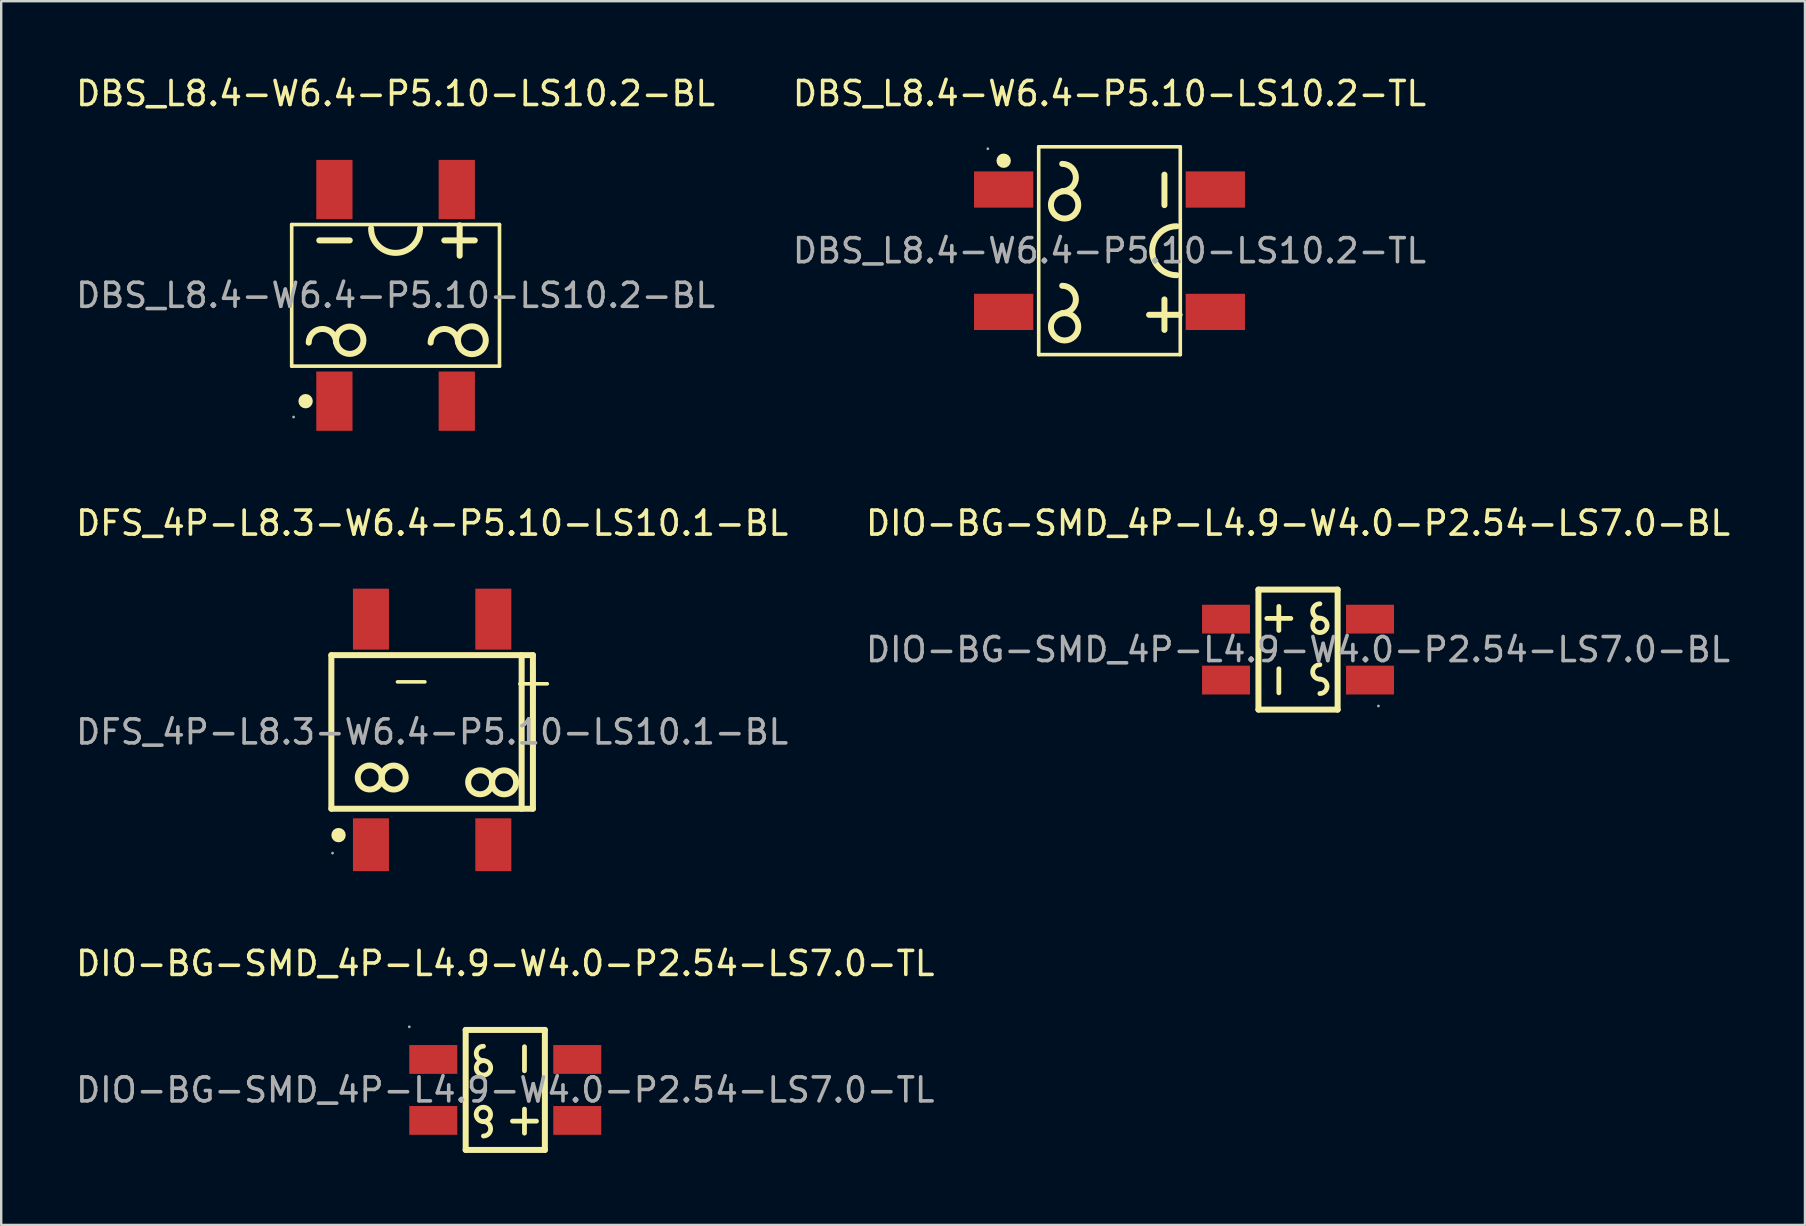
<source format=kicad_pcb>
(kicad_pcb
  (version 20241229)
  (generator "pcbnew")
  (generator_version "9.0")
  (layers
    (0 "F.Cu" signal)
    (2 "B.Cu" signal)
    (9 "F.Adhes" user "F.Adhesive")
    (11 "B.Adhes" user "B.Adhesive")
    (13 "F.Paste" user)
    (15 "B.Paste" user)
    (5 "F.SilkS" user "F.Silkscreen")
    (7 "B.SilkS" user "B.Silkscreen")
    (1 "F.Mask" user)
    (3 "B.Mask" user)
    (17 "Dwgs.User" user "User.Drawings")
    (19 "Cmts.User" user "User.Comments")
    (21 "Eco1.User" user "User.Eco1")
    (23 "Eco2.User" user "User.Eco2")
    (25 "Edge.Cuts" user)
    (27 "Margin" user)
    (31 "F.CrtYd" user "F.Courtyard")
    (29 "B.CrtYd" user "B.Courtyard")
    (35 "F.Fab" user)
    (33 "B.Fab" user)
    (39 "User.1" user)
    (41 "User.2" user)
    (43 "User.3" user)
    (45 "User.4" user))
  (footprint "DBS_L8.4-W6.4-P5.10-LS10.2-BL"
    (layer "F.Cu")
    (at 13.435 9.258)
    (property "Reference" "DBS_L8.4-W6.4-P5.10-LS10.2-BL" (at 0 -8.41 0) (layer "F.SilkS") (effects (font (size 1 1) (thickness 0.15))))
    (attr through_hole)
    (fp_line (start -4.33 -2.95) (end 4.33 -2.95) (stroke (width 0.15) (type solid)) (layer "F.SilkS"))
    (fp_line (start -4.33 2.95) (end -4.33 -2.95) (stroke (width 0.15) (type solid)) (layer "F.SilkS"))
    (fp_line (start -3.18 -2.29) (end -1.91 -2.29) (stroke (width 0.25) (type solid)) (layer "F.SilkS"))
    (fp_line (start 2.03 -2.29) (end 3.3 -2.29) (stroke (width 0.25) (type solid)) (layer "F.SilkS"))
    (fp_line (start 2.67 -1.65) (end 2.67 -2.92) (stroke (width 0.25) (type solid)) (layer "F.SilkS"))
    (fp_line (start 4.33 -2.95) (end 4.33 2.95) (stroke (width 0.15) (type solid)) (layer "F.SilkS"))
    (fp_line (start 4.33 2.95) (end -4.33 2.95) (stroke (width 0.15) (type solid)) (layer "F.SilkS"))
    (fp_arc (start -3.62 1.97) (mid -3.05 1.4) (end -2.48 1.97) (stroke (width 0.25) (type solid)) (layer "F.SilkS"))
    (fp_arc (start -2.479913 1.860052) (mid -1.340022 1.874974) (end -2.48 1.87) (stroke (width 0.25) (type solid)) (layer "F.SilkS"))
    (fp_arc (start 1.02 -2.79) (mid 0 -1.77) (end -1.02 -2.79) (stroke (width 0.25) (type solid)) (layer "F.SilkS"))
    (fp_arc (start 1.46 1.97) (mid 2.03 1.4) (end 2.6 1.97) (stroke (width 0.25) (type solid)) (layer "F.SilkS"))
    (fp_arc (start 2.600088 1.859878) (mid 3.759978 1.875061) (end 2.6 1.87) (stroke (width 0.25) (type solid)) (layer "F.SilkS"))
    (fp_circle (center -3.75 4.41) (end -3.6 4.41) (stroke (width 0.3) (type solid)) (fill no) (layer "F.SilkS"))
    (fp_circle (center -4.25 5.07) (end -4.22 5.07) (stroke (width 0.06) (type solid)) (fill no) (layer "F.Fab"))
    (fp_text user "${REFERENCE}" (at 0 0 0) (layer "F.Fab") (effects (font (size 1 1) (thickness 0.15))))
    (pad "1" smd rect (at -2.55 4.41 180) (size 1.51 2.47) (layers "F.Cu" "F.Mask" "F.Paste"))
    (pad "2" smd rect (at 2.55 4.41 180) (size 1.51 2.47) (layers "F.Cu" "F.Mask" "F.Paste"))
    (pad "3" smd rect (at 2.55 -4.41 180) (size 1.51 2.47) (layers "F.Cu" "F.Mask" "F.Paste"))
    (pad "4" smd rect (at -2.55 -4.41 180) (size 1.51 2.47) (layers "F.Cu" "F.Mask" "F.Paste")))
  (footprint "DFS_4P-L8.3-W6.4-P5.10-LS10.1-BL"
    (layer "F.Cu")
    (at 14.958 27.451)
    (property "Reference" "DFS_4P-L8.3-W6.4-P5.10-LS10.1-BL" (at 0 -8.7 0) (layer "F.SilkS") (effects (font (size 1 1) (thickness 0.15))))
    (attr through_hole)
    (fp_line (start -4.2 -3.2) (end 4.2 -3.2) (stroke (width 0.25) (type solid)) (layer "F.SilkS"))
    (fp_line (start -4.2 3.2) (end -4.2 -3.2) (stroke (width 0.25) (type solid)) (layer "F.SilkS"))
    (fp_line (start 3.73 -3.2) (end 3.73 3.2) (stroke (width 0.25) (type solid)) (layer "F.SilkS"))
    (fp_line (start 4.2 -3.2) (end 4.2 3.2) (stroke (width 0.25) (type solid)) (layer "F.SilkS"))
    (fp_line (start 4.2 3.2) (end -4.2 3.2) (stroke (width 0.25) (type solid)) (layer "F.SilkS"))
    (fp_arc (start -2.100076 1.908726) (mid -3.099981 1.895637) (end -2.1 1.9) (stroke (width 0.25) (type solid)) (layer "F.SilkS"))
    (fp_arc (start -2.099924 1.891274) (mid -1.100019 1.904363) (end -2.1 1.9) (stroke (width 0.25) (type solid)) (layer "F.SilkS"))
    (fp_arc (start 2.499924 2.108726) (mid 1.500019 2.095637) (end 2.5 2.1) (stroke (width 0.25) (type solid)) (layer "F.SilkS"))
    (fp_arc (start 2.500076 2.091274) (mid 3.499981 2.104363) (end 2.5 2.1) (stroke (width 0.25) (type solid)) (layer "F.SilkS"))
    (fp_circle (center -3.9 4.3) (end -3.75 4.3) (stroke (width 0.3) (type solid)) (fill no) (layer "F.SilkS"))
    (fp_circle (center -4.15 5.05) (end -4.12 5.05) (stroke (width 0.06) (type solid)) (fill no) (layer "F.Fab"))
    (fp_text user "-" (at -1.9 -2.2 180) (layer "F.SilkS") (effects (font (size 1.5 1.5) (thickness 0.15)) (justify left)))
    (fp_text user "+" (at 3.2 -2.12 180) (layer "F.SilkS") (effects (font (size 1.5 1.5) (thickness 0.15)) (justify left)))
    (fp_text user "${REFERENCE}" (at 0 0 0) (layer "F.Fab") (effects (font (size 1 1) (thickness 0.15))))
    (pad "1" smd rect (at -2.55 4.7) (size 1.5 2.2) (layers "F.Cu" "F.Mask" "F.Paste"))
    (pad "2" smd rect (at 2.55 4.7) (size 1.5 2.2) (layers "F.Cu" "F.Mask" "F.Paste"))
    (pad "3" smd rect (at 2.55 -4.7 180) (size 1.5 2.54) (layers "F.Cu" "F.Mask" "F.Paste"))
    (pad "4" smd rect (at -2.55 -4.7 180) (size 1.5 2.54) (layers "F.Cu" "F.Mask" "F.Paste")))
  (footprint "DBS_L8.4-W6.4-P5.10-LS10.2-TL"
    (layer "F.Cu")
    (at 43.185 7.398)
    (property "Reference" "DBS_L8.4-W6.4-P5.10-LS10.2-TL" (at 0 -6.55 0) (layer "F.SilkS") (effects (font (size 1 1) (thickness 0.15))))
    (attr through_hole)
    (fp_line (start -2.95 -4.33) (end 2.95 -4.33) (stroke (width 0.15) (type solid)) (layer "F.SilkS"))
    (fp_line (start -2.95 4.33) (end -2.95 -4.33) (stroke (width 0.15) (type solid)) (layer "F.SilkS"))
    (fp_line (start 1.65 2.67) (end 2.92 2.67) (stroke (width 0.25) (type solid)) (layer "F.SilkS"))
    (fp_line (start 2.29 -3.17) (end 2.29 -1.9) (stroke (width 0.25) (type solid)) (layer "F.SilkS"))
    (fp_line (start 2.29 2.03) (end 2.29 3.3) (stroke (width 0.25) (type solid)) (layer "F.SilkS"))
    (fp_line (start 2.95 -4.33) (end 2.95 4.33) (stroke (width 0.15) (type solid)) (layer "F.SilkS"))
    (fp_line (start 2.95 4.33) (end -2.95 4.33) (stroke (width 0.15) (type solid)) (layer "F.SilkS"))
    (fp_arc (start -1.97 -3.62) (mid -1.4 -3.05) (end -1.97 -2.48) (stroke (width 0.25) (type solid)) (layer "F.SilkS"))
    (fp_arc (start -1.97 1.46) (mid -1.4 2.03) (end -1.97 2.6) (stroke (width 0.25) (type solid)) (layer "F.SilkS"))
    (fp_arc (start -1.860052 -2.479913) (mid -1.874974 -1.340022) (end -1.87 -2.48) (stroke (width 0.25) (type solid)) (layer "F.SilkS"))
    (fp_arc (start -1.860052 2.600087) (mid -1.874974 3.739978) (end -1.87 2.6) (stroke (width 0.25) (type solid)) (layer "F.SilkS"))
    (fp_arc (start 2.8 1.02) (mid 1.78 0) (end 2.8 -1.02) (stroke (width 0.25) (type solid)) (layer "F.SilkS"))
    (fp_circle (center -4.41 -3.75) (end -4.26 -3.75) (stroke (width 0.3) (type solid)) (fill no) (layer "F.SilkS"))
    (fp_circle (center -5.07 -4.25) (end -5.04 -4.25) (stroke (width 0.06) (type solid)) (fill no) (layer "F.Fab"))
    (fp_text user "${REFERENCE}" (at 0 0 0) (layer "F.Fab") (effects (font (size 1 1) (thickness 0.15))))
    (pad "1" smd rect (at -4.41 -2.55 90) (size 1.51 2.47) (layers "F.Cu" "F.Mask" "F.Paste"))
    (pad "2" smd rect (at -4.41 2.55 90) (size 1.51 2.47) (layers "F.Cu" "F.Mask" "F.Paste"))
    (pad "3" smd rect (at 4.41 2.55 90) (size 1.51 2.47) (layers "F.Cu" "F.Mask" "F.Paste"))
    (pad "4" smd rect (at 4.41 -2.55 90) (size 1.51 2.47) (layers "F.Cu" "F.Mask" "F.Paste")))
  (footprint "DIO-BG-SMD_4P-L4.9-W4.0-P2.54-LS7.0-BL"
    (layer "F.Cu")
    (at 51.042 24.021)
    (property "Reference" "DIO-BG-SMD_4P-L4.9-W4.0-P2.54-LS7.0-BL" (at 0 -5.27 0) (layer "F.SilkS") (effects (font (size 1 1) (thickness 0.15))))
    (attr through_hole)
    (fp_line (start -1.65 -2.5) (end 1.65 -2.5) (stroke (width 0.25) (type solid)) (layer "F.SilkS"))
    (fp_line (start -1.65 2.5) (end -1.65 -2.5) (stroke (width 0.25) (type solid)) (layer "F.SilkS"))
    (fp_line (start -0.8 -0.8) (end -0.8 -1.8) (stroke (width 0.2) (type solid)) (layer "F.SilkS"))
    (fp_line (start -0.8 1.8) (end -0.8 0.8) (stroke (width 0.2) (type solid)) (layer "F.SilkS"))
    (fp_line (start -0.3 -1.3) (end -1.3 -1.3) (stroke (width 0.2) (type solid)) (layer "F.SilkS"))
    (fp_line (start 1.65 -2.5) (end 1.65 2.5) (stroke (width 0.25) (type solid)) (layer "F.SilkS"))
    (fp_line (start 1.65 2.5) (end -1.65 2.5) (stroke (width 0.25) (type solid)) (layer "F.SilkS"))
    (fp_arc (start 0.91 -1.31) (mid 0.61 -1.61) (end 0.91 -1.91) (stroke (width 0.2) (type solid)) (layer "F.SilkS"))
    (fp_arc (start 0.91 1.23) (mid 0.61 0.93) (end 0.91 0.63) (stroke (width 0.2) (type solid)) (layer "F.SilkS"))
    (fp_arc (start 0.91 1.23) (mid 1.21 1.53) (end 0.91 1.83) (stroke (width 0.2) (type solid)) (layer "F.SilkS"))
    (fp_arc (start 0.915236 -1.309954) (mid 0.907382 -0.710012) (end 0.91 -1.31) (stroke (width 0.2) (type solid)) (layer "F.SilkS"))
    (fp_circle (center 3.35 2.35) (end 3.38 2.35) (stroke (width 0.06) (type solid)) (fill no) (layer "F.Fab"))
    (fp_text user "${REFERENCE}" (at 0 0 0) (layer "F.Fab") (effects (font (size 1 1) (thickness 0.15))))
    (pad "1" smd rect (at 3 1.27 90) (size 1.2 2) (layers "F.Cu" "F.Mask" "F.Paste"))
    (pad "2" smd rect (at -3 -1.27 90) (size 1.2 2) (layers "F.Cu" "F.Mask" "F.Paste"))
    (pad "3" smd rect (at 3 -1.27 90) (size 1.2 2) (layers "F.Cu" "F.Mask" "F.Paste"))
    (pad "4" smd rect (at -3 1.27 90) (size 1.2 2) (layers "F.Cu" "F.Mask" "F.Paste")))
  (footprint "DIO-BG-SMD_4P-L4.9-W4.0-P2.54-LS7.0-TL"
    (layer "F.Cu")
    (at 18.006 42.37)
    (property "Reference" "DIO-BG-SMD_4P-L4.9-W4.0-P2.54-LS7.0-TL" (at 0 -5.27 0) (layer "F.SilkS") (effects (font (size 1 1) (thickness 0.15))))
    (attr through_hole)
    (fp_line (start -1.65 -2.5) (end 1.65 -2.5) (stroke (width 0.25) (type solid)) (layer "F.SilkS"))
    (fp_line (start -1.65 2.5) (end -1.65 -2.5) (stroke (width 0.25) (type solid)) (layer "F.SilkS"))
    (fp_line (start 0.3 1.3) (end 1.3 1.3) (stroke (width 0.2) (type solid)) (layer "F.SilkS"))
    (fp_line (start 0.8 -1.8) (end 0.8 -0.8) (stroke (width 0.2) (type solid)) (layer "F.SilkS"))
    (fp_line (start 0.8 0.8) (end 0.8 1.8) (stroke (width 0.2) (type solid)) (layer "F.SilkS"))
    (fp_line (start 1.65 -2.5) (end 1.65 2.5) (stroke (width 0.25) (type solid)) (layer "F.SilkS"))
    (fp_line (start 1.65 2.5) (end -1.65 2.5) (stroke (width 0.25) (type solid)) (layer "F.SilkS"))
    (fp_arc (start -0.915236 1.319954) (mid -0.907382 0.720012) (end -0.91 1.32) (stroke (width 0.2) (type solid)) (layer "F.SilkS"))
    (fp_arc (start -0.91 -1.22) (mid -1.21 -1.52) (end -0.91 -1.82) (stroke (width 0.2) (type solid)) (layer "F.SilkS"))
    (fp_arc (start -0.91 1.32) (mid -0.61 1.62) (end -0.91 1.92) (stroke (width 0.2) (type solid)) (layer "F.SilkS"))
    (fp_arc (start -0.904764 -1.219954) (mid -0.912618 -0.620012) (end -0.91 -1.22) (stroke (width 0.2) (type solid)) (layer "F.SilkS"))
    (fp_circle (center -4 -2.63) (end -3.97 -2.63) (stroke (width 0.06) (type solid)) (fill no) (layer "F.Fab"))
    (fp_text user "${REFERENCE}" (at 0 0 0) (layer "F.Fab") (effects (font (size 1 1) (thickness 0.15))))
    (pad "1" smd rect (at -3 -1.27 270) (size 1.2 2) (layers "F.Cu" "F.Mask" "F.Paste"))
    (pad "2" smd rect (at 3 1.27 270) (size 1.2 2) (layers "F.Cu" "F.Mask" "F.Paste"))
    (pad "3" smd rect (at -3 1.27 270) (size 1.2 2) (layers "F.Cu" "F.Mask" "F.Paste"))
    (pad "4" smd rect (at 3 -1.27 270) (size 1.2 2) (layers "F.Cu" "F.Mask" "F.Paste")))
  (gr_rect
    (start -3 -3)
    (end 72.167 47.995)
    (stroke (width 0.1) (type default))
    (fill no)
    (layer "Edge.Cuts")))
</source>
